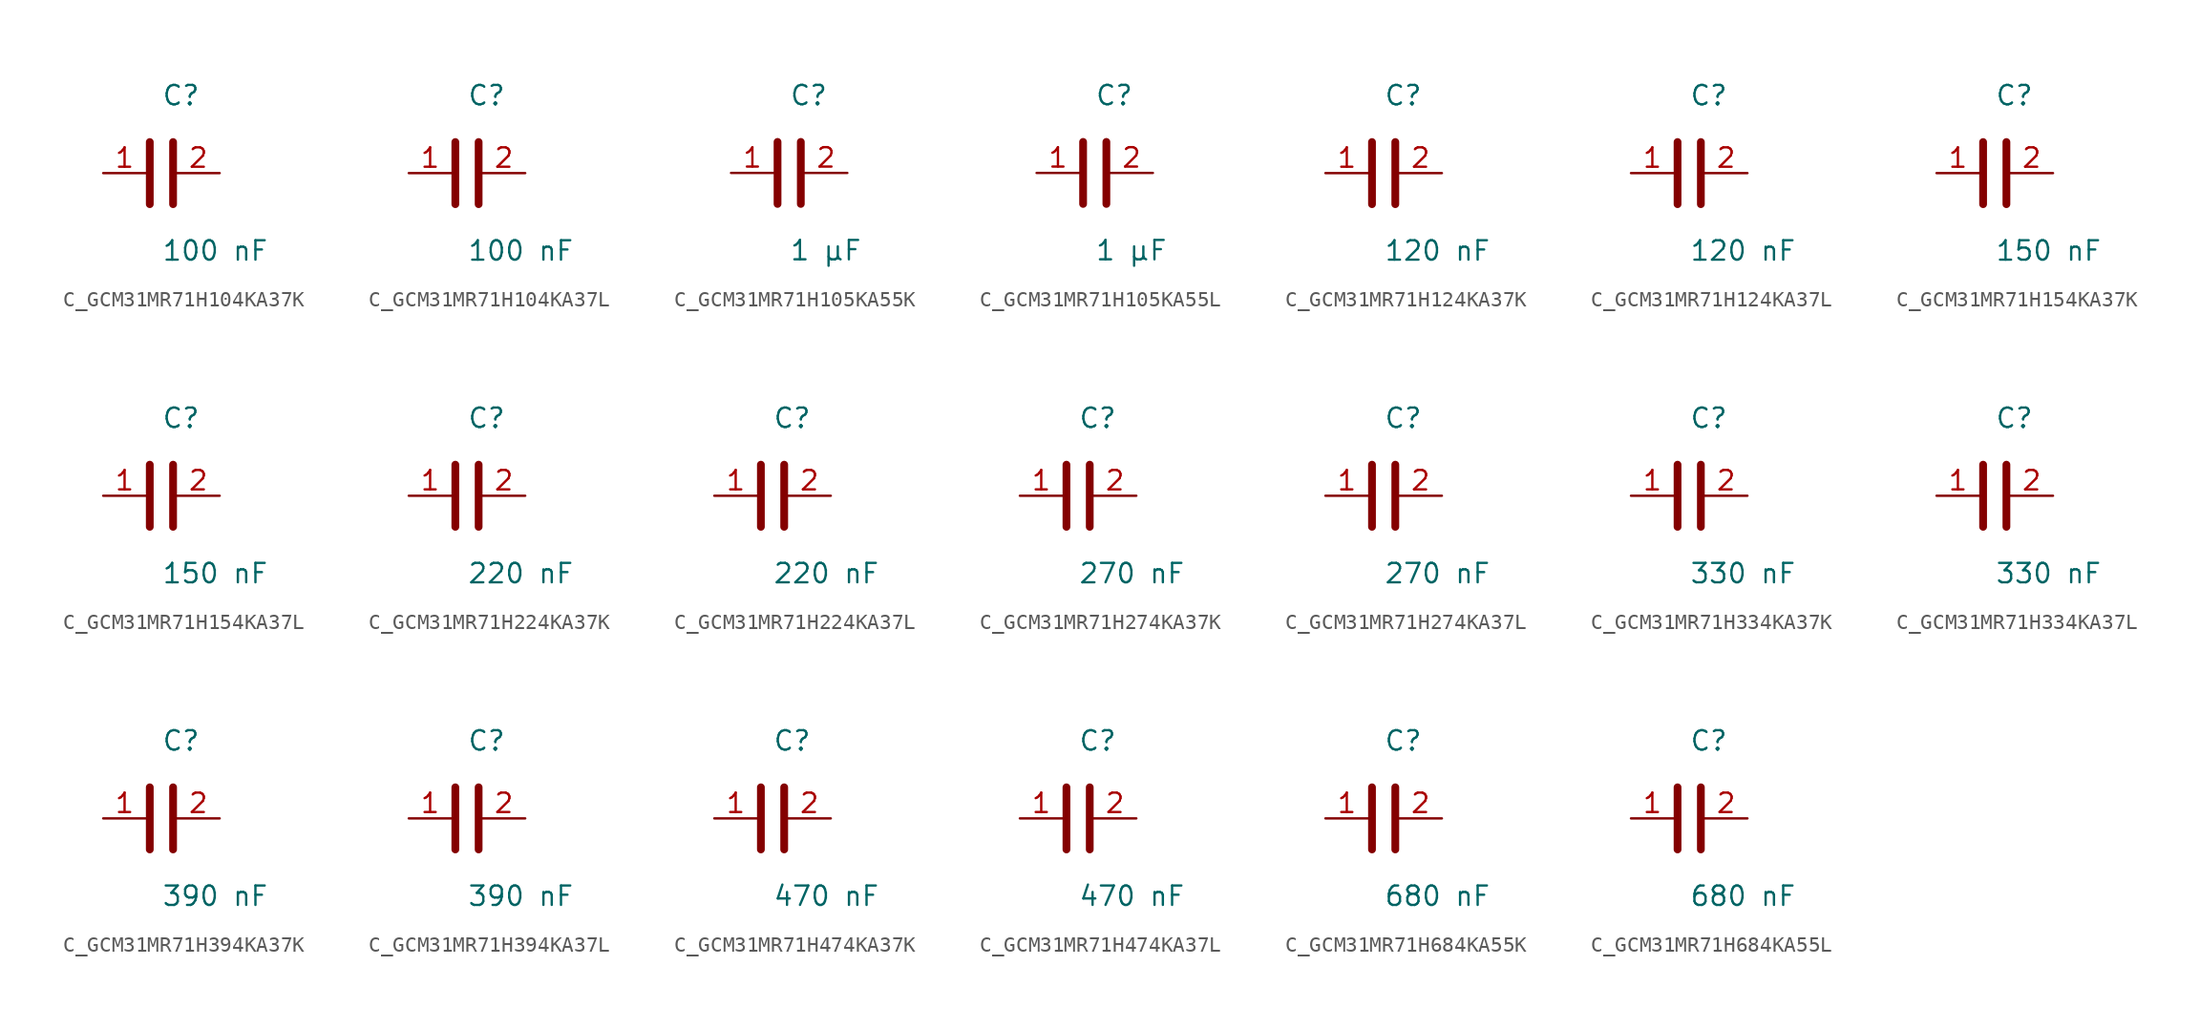
<source format=kicad_sym>
(kicad_symbol_lib
  (version 20231120)
  (generator kicad_symbol_editor)
  (generator_version 8.0)
  (symbol "C_GCM31MR71H104KA37K"
    (pin_names
      (offset 0.254))
    (property "Value" "100 nF"
      (at 0 -5.08 0)
      (effects (font (size 1.27 1.27)) (justify left)))
    (property "Reference" "C"
      (at 0 5.08 0)
      (effects (font (size 1.27 1.27)) (justify left)))
    (symbol "C_GCM31MR71H104KA37K_0_1"
      (polyline (pts (xy -0.762 -2.032) (xy -0.762 2.032)) (stroke (width 0.508) (type default)) (fill (type none)))
      (polyline (pts (xy 0.762 -2.032) (xy 0.762 2.032)) (stroke (width 0.508) (type default)) (fill (type none))))
    (pin unspecified line
      (at -3.81 0 0)
      (length 2.8)
      (name "" (effects (font (size 1.27 1.27))))
      (number "1" (effects (font (size 1.27 1.27)))))
    (pin unspecified line
      (at 3.81 0 180)
      (length 2.8)
      (name "" (effects (font (size 1.27 1.27))))
      (number "2" (effects (font (size 1.27 1.27))))))
  (symbol "C_GCM31MR71H104KA37L"
    (pin_names
      (offset 0.254))
    (property "Value" "100 nF"
      (at 0 -5.08 0)
      (effects (font (size 1.27 1.27)) (justify left)))
    (property "Reference" "C"
      (at 0 5.08 0)
      (effects (font (size 1.27 1.27)) (justify left)))
    (symbol "C_GCM31MR71H104KA37L_0_1"
      (polyline (pts (xy -0.762 -2.032) (xy -0.762 2.032)) (stroke (width 0.508) (type default)) (fill (type none)))
      (polyline (pts (xy 0.762 -2.032) (xy 0.762 2.032)) (stroke (width 0.508) (type default)) (fill (type none))))
    (pin unspecified line
      (at -3.81 0 0)
      (length 2.8)
      (name "" (effects (font (size 1.27 1.27))))
      (number "1" (effects (font (size 1.27 1.27)))))
    (pin unspecified line
      (at 3.81 0 180)
      (length 2.8)
      (name "" (effects (font (size 1.27 1.27))))
      (number "2" (effects (font (size 1.27 1.27))))))
  (symbol "C_GCM31MR71H105KA55K"
    (pin_names
      (offset 0.254))
    (property "Value" "1 µF"
      (at 0 -5.08 0)
      (effects (font (size 1.27 1.27)) (justify left)))
    (property "Reference" "C"
      (at 0 5.08 0)
      (effects (font (size 1.27 1.27)) (justify left)))
    (symbol "C_GCM31MR71H105KA55K_0_1"
      (polyline (pts (xy -0.762 -2.032) (xy -0.762 2.032)) (stroke (width 0.508) (type default)) (fill (type none)))
      (polyline (pts (xy 0.762 -2.032) (xy 0.762 2.032)) (stroke (width 0.508) (type default)) (fill (type none))))
    (pin unspecified line
      (at -3.81 0 0)
      (length 2.8)
      (name "" (effects (font (size 1.27 1.27))))
      (number "1" (effects (font (size 1.27 1.27)))))
    (pin unspecified line
      (at 3.81 0 180)
      (length 2.8)
      (name "" (effects (font (size 1.27 1.27))))
      (number "2" (effects (font (size 1.27 1.27))))))
  (symbol "C_GCM31MR71H105KA55L"
    (pin_names
      (offset 0.254))
    (property "Value" "1 µF"
      (at 0 -5.08 0)
      (effects (font (size 1.27 1.27)) (justify left)))
    (property "Reference" "C"
      (at 0 5.08 0)
      (effects (font (size 1.27 1.27)) (justify left)))
    (symbol "C_GCM31MR71H105KA55L_0_1"
      (polyline (pts (xy -0.762 -2.032) (xy -0.762 2.032)) (stroke (width 0.508) (type default)) (fill (type none)))
      (polyline (pts (xy 0.762 -2.032) (xy 0.762 2.032)) (stroke (width 0.508) (type default)) (fill (type none))))
    (pin unspecified line
      (at -3.81 0 0)
      (length 2.8)
      (name "" (effects (font (size 1.27 1.27))))
      (number "1" (effects (font (size 1.27 1.27)))))
    (pin unspecified line
      (at 3.81 0 180)
      (length 2.8)
      (name "" (effects (font (size 1.27 1.27))))
      (number "2" (effects (font (size 1.27 1.27))))))
  (symbol "C_GCM31MR71H124KA37K"
    (pin_names
      (offset 0.254))
    (property "Value" "120 nF"
      (at 0 -5.08 0)
      (effects (font (size 1.27 1.27)) (justify left)))
    (property "Reference" "C"
      (at 0 5.08 0)
      (effects (font (size 1.27 1.27)) (justify left)))
    (symbol "C_GCM31MR71H124KA37K_0_1"
      (polyline (pts (xy -0.762 -2.032) (xy -0.762 2.032)) (stroke (width 0.508) (type default)) (fill (type none)))
      (polyline (pts (xy 0.762 -2.032) (xy 0.762 2.032)) (stroke (width 0.508) (type default)) (fill (type none))))
    (pin unspecified line
      (at -3.81 0 0)
      (length 2.8)
      (name "" (effects (font (size 1.27 1.27))))
      (number "1" (effects (font (size 1.27 1.27)))))
    (pin unspecified line
      (at 3.81 0 180)
      (length 2.8)
      (name "" (effects (font (size 1.27 1.27))))
      (number "2" (effects (font (size 1.27 1.27))))))
  (symbol "C_GCM31MR71H124KA37L"
    (pin_names
      (offset 0.254))
    (property "Value" "120 nF"
      (at 0 -5.08 0)
      (effects (font (size 1.27 1.27)) (justify left)))
    (property "Reference" "C"
      (at 0 5.08 0)
      (effects (font (size 1.27 1.27)) (justify left)))
    (symbol "C_GCM31MR71H124KA37L_0_1"
      (polyline (pts (xy -0.762 -2.032) (xy -0.762 2.032)) (stroke (width 0.508) (type default)) (fill (type none)))
      (polyline (pts (xy 0.762 -2.032) (xy 0.762 2.032)) (stroke (width 0.508) (type default)) (fill (type none))))
    (pin unspecified line
      (at -3.81 0 0)
      (length 2.8)
      (name "" (effects (font (size 1.27 1.27))))
      (number "1" (effects (font (size 1.27 1.27)))))
    (pin unspecified line
      (at 3.81 0 180)
      (length 2.8)
      (name "" (effects (font (size 1.27 1.27))))
      (number "2" (effects (font (size 1.27 1.27))))))
  (symbol "C_GCM31MR71H154KA37K"
    (pin_names
      (offset 0.254))
    (property "Value" "150 nF"
      (at 0 -5.08 0)
      (effects (font (size 1.27 1.27)) (justify left)))
    (property "Reference" "C"
      (at 0 5.08 0)
      (effects (font (size 1.27 1.27)) (justify left)))
    (symbol "C_GCM31MR71H154KA37K_0_1"
      (polyline (pts (xy -0.762 -2.032) (xy -0.762 2.032)) (stroke (width 0.508) (type default)) (fill (type none)))
      (polyline (pts (xy 0.762 -2.032) (xy 0.762 2.032)) (stroke (width 0.508) (type default)) (fill (type none))))
    (pin unspecified line
      (at -3.81 0 0)
      (length 2.8)
      (name "" (effects (font (size 1.27 1.27))))
      (number "1" (effects (font (size 1.27 1.27)))))
    (pin unspecified line
      (at 3.81 0 180)
      (length 2.8)
      (name "" (effects (font (size 1.27 1.27))))
      (number "2" (effects (font (size 1.27 1.27))))))
  (symbol "C_GCM31MR71H154KA37L"
    (pin_names
      (offset 0.254))
    (property "Value" "150 nF"
      (at 0 -5.08 0)
      (effects (font (size 1.27 1.27)) (justify left)))
    (property "Reference" "C"
      (at 0 5.08 0)
      (effects (font (size 1.27 1.27)) (justify left)))
    (symbol "C_GCM31MR71H154KA37L_0_1"
      (polyline (pts (xy -0.762 -2.032) (xy -0.762 2.032)) (stroke (width 0.508) (type default)) (fill (type none)))
      (polyline (pts (xy 0.762 -2.032) (xy 0.762 2.032)) (stroke (width 0.508) (type default)) (fill (type none))))
    (pin unspecified line
      (at -3.81 0 0)
      (length 2.8)
      (name "" (effects (font (size 1.27 1.27))))
      (number "1" (effects (font (size 1.27 1.27)))))
    (pin unspecified line
      (at 3.81 0 180)
      (length 2.8)
      (name "" (effects (font (size 1.27 1.27))))
      (number "2" (effects (font (size 1.27 1.27))))))
  (symbol "C_GCM31MR71H224KA37K"
    (pin_names
      (offset 0.254))
    (property "Value" "220 nF"
      (at 0 -5.08 0)
      (effects (font (size 1.27 1.27)) (justify left)))
    (property "Reference" "C"
      (at 0 5.08 0)
      (effects (font (size 1.27 1.27)) (justify left)))
    (symbol "C_GCM31MR71H224KA37K_0_1"
      (polyline (pts (xy -0.762 -2.032) (xy -0.762 2.032)) (stroke (width 0.508) (type default)) (fill (type none)))
      (polyline (pts (xy 0.762 -2.032) (xy 0.762 2.032)) (stroke (width 0.508) (type default)) (fill (type none))))
    (pin unspecified line
      (at -3.81 0 0)
      (length 2.8)
      (name "" (effects (font (size 1.27 1.27))))
      (number "1" (effects (font (size 1.27 1.27)))))
    (pin unspecified line
      (at 3.81 0 180)
      (length 2.8)
      (name "" (effects (font (size 1.27 1.27))))
      (number "2" (effects (font (size 1.27 1.27))))))
  (symbol "C_GCM31MR71H224KA37L"
    (pin_names
      (offset 0.254))
    (property "Value" "220 nF"
      (at 0 -5.08 0)
      (effects (font (size 1.27 1.27)) (justify left)))
    (property "Reference" "C"
      (at 0 5.08 0)
      (effects (font (size 1.27 1.27)) (justify left)))
    (symbol "C_GCM31MR71H224KA37L_0_1"
      (polyline (pts (xy -0.762 -2.032) (xy -0.762 2.032)) (stroke (width 0.508) (type default)) (fill (type none)))
      (polyline (pts (xy 0.762 -2.032) (xy 0.762 2.032)) (stroke (width 0.508) (type default)) (fill (type none))))
    (pin unspecified line
      (at -3.81 0 0)
      (length 2.8)
      (name "" (effects (font (size 1.27 1.27))))
      (number "1" (effects (font (size 1.27 1.27)))))
    (pin unspecified line
      (at 3.81 0 180)
      (length 2.8)
      (name "" (effects (font (size 1.27 1.27))))
      (number "2" (effects (font (size 1.27 1.27))))))
  (symbol "C_GCM31MR71H274KA37K"
    (pin_names
      (offset 0.254))
    (property "Value" "270 nF"
      (at 0 -5.08 0)
      (effects (font (size 1.27 1.27)) (justify left)))
    (property "Reference" "C"
      (at 0 5.08 0)
      (effects (font (size 1.27 1.27)) (justify left)))
    (symbol "C_GCM31MR71H274KA37K_0_1"
      (polyline (pts (xy -0.762 -2.032) (xy -0.762 2.032)) (stroke (width 0.508) (type default)) (fill (type none)))
      (polyline (pts (xy 0.762 -2.032) (xy 0.762 2.032)) (stroke (width 0.508) (type default)) (fill (type none))))
    (pin unspecified line
      (at -3.81 0 0)
      (length 2.8)
      (name "" (effects (font (size 1.27 1.27))))
      (number "1" (effects (font (size 1.27 1.27)))))
    (pin unspecified line
      (at 3.81 0 180)
      (length 2.8)
      (name "" (effects (font (size 1.27 1.27))))
      (number "2" (effects (font (size 1.27 1.27))))))
  (symbol "C_GCM31MR71H274KA37L"
    (pin_names
      (offset 0.254))
    (property "Value" "270 nF"
      (at 0 -5.08 0)
      (effects (font (size 1.27 1.27)) (justify left)))
    (property "Reference" "C"
      (at 0 5.08 0)
      (effects (font (size 1.27 1.27)) (justify left)))
    (symbol "C_GCM31MR71H274KA37L_0_1"
      (polyline (pts (xy -0.762 -2.032) (xy -0.762 2.032)) (stroke (width 0.508) (type default)) (fill (type none)))
      (polyline (pts (xy 0.762 -2.032) (xy 0.762 2.032)) (stroke (width 0.508) (type default)) (fill (type none))))
    (pin unspecified line
      (at -3.81 0 0)
      (length 2.8)
      (name "" (effects (font (size 1.27 1.27))))
      (number "1" (effects (font (size 1.27 1.27)))))
    (pin unspecified line
      (at 3.81 0 180)
      (length 2.8)
      (name "" (effects (font (size 1.27 1.27))))
      (number "2" (effects (font (size 1.27 1.27))))))
  (symbol "C_GCM31MR71H334KA37K"
    (pin_names
      (offset 0.254))
    (property "Value" "330 nF"
      (at 0 -5.08 0)
      (effects (font (size 1.27 1.27)) (justify left)))
    (property "Reference" "C"
      (at 0 5.08 0)
      (effects (font (size 1.27 1.27)) (justify left)))
    (symbol "C_GCM31MR71H334KA37K_0_1"
      (polyline (pts (xy -0.762 -2.032) (xy -0.762 2.032)) (stroke (width 0.508) (type default)) (fill (type none)))
      (polyline (pts (xy 0.762 -2.032) (xy 0.762 2.032)) (stroke (width 0.508) (type default)) (fill (type none))))
    (pin unspecified line
      (at -3.81 0 0)
      (length 2.8)
      (name "" (effects (font (size 1.27 1.27))))
      (number "1" (effects (font (size 1.27 1.27)))))
    (pin unspecified line
      (at 3.81 0 180)
      (length 2.8)
      (name "" (effects (font (size 1.27 1.27))))
      (number "2" (effects (font (size 1.27 1.27))))))
  (symbol "C_GCM31MR71H334KA37L"
    (pin_names
      (offset 0.254))
    (property "Value" "330 nF"
      (at 0 -5.08 0)
      (effects (font (size 1.27 1.27)) (justify left)))
    (property "Reference" "C"
      (at 0 5.08 0)
      (effects (font (size 1.27 1.27)) (justify left)))
    (symbol "C_GCM31MR71H334KA37L_0_1"
      (polyline (pts (xy -0.762 -2.032) (xy -0.762 2.032)) (stroke (width 0.508) (type default)) (fill (type none)))
      (polyline (pts (xy 0.762 -2.032) (xy 0.762 2.032)) (stroke (width 0.508) (type default)) (fill (type none))))
    (pin unspecified line
      (at -3.81 0 0)
      (length 2.8)
      (name "" (effects (font (size 1.27 1.27))))
      (number "1" (effects (font (size 1.27 1.27)))))
    (pin unspecified line
      (at 3.81 0 180)
      (length 2.8)
      (name "" (effects (font (size 1.27 1.27))))
      (number "2" (effects (font (size 1.27 1.27))))))
  (symbol "C_GCM31MR71H394KA37K"
    (pin_names
      (offset 0.254))
    (property "Value" "390 nF"
      (at 0 -5.08 0)
      (effects (font (size 1.27 1.27)) (justify left)))
    (property "Reference" "C"
      (at 0 5.08 0)
      (effects (font (size 1.27 1.27)) (justify left)))
    (symbol "C_GCM31MR71H394KA37K_0_1"
      (polyline (pts (xy -0.762 -2.032) (xy -0.762 2.032)) (stroke (width 0.508) (type default)) (fill (type none)))
      (polyline (pts (xy 0.762 -2.032) (xy 0.762 2.032)) (stroke (width 0.508) (type default)) (fill (type none))))
    (pin unspecified line
      (at -3.81 0 0)
      (length 2.8)
      (name "" (effects (font (size 1.27 1.27))))
      (number "1" (effects (font (size 1.27 1.27)))))
    (pin unspecified line
      (at 3.81 0 180)
      (length 2.8)
      (name "" (effects (font (size 1.27 1.27))))
      (number "2" (effects (font (size 1.27 1.27))))))
  (symbol "C_GCM31MR71H394KA37L"
    (pin_names
      (offset 0.254))
    (property "Value" "390 nF"
      (at 0 -5.08 0)
      (effects (font (size 1.27 1.27)) (justify left)))
    (property "Reference" "C"
      (at 0 5.08 0)
      (effects (font (size 1.27 1.27)) (justify left)))
    (symbol "C_GCM31MR71H394KA37L_0_1"
      (polyline (pts (xy -0.762 -2.032) (xy -0.762 2.032)) (stroke (width 0.508) (type default)) (fill (type none)))
      (polyline (pts (xy 0.762 -2.032) (xy 0.762 2.032)) (stroke (width 0.508) (type default)) (fill (type none))))
    (pin unspecified line
      (at -3.81 0 0)
      (length 2.8)
      (name "" (effects (font (size 1.27 1.27))))
      (number "1" (effects (font (size 1.27 1.27)))))
    (pin unspecified line
      (at 3.81 0 180)
      (length 2.8)
      (name "" (effects (font (size 1.27 1.27))))
      (number "2" (effects (font (size 1.27 1.27))))))
  (symbol "C_GCM31MR71H474KA37K"
    (pin_names
      (offset 0.254))
    (property "Value" "470 nF"
      (at 0 -5.08 0)
      (effects (font (size 1.27 1.27)) (justify left)))
    (property "Reference" "C"
      (at 0 5.08 0)
      (effects (font (size 1.27 1.27)) (justify left)))
    (symbol "C_GCM31MR71H474KA37K_0_1"
      (polyline (pts (xy -0.762 -2.032) (xy -0.762 2.032)) (stroke (width 0.508) (type default)) (fill (type none)))
      (polyline (pts (xy 0.762 -2.032) (xy 0.762 2.032)) (stroke (width 0.508) (type default)) (fill (type none))))
    (pin unspecified line
      (at -3.81 0 0)
      (length 2.8)
      (name "" (effects (font (size 1.27 1.27))))
      (number "1" (effects (font (size 1.27 1.27)))))
    (pin unspecified line
      (at 3.81 0 180)
      (length 2.8)
      (name "" (effects (font (size 1.27 1.27))))
      (number "2" (effects (font (size 1.27 1.27))))))
  (symbol "C_GCM31MR71H474KA37L"
    (pin_names
      (offset 0.254))
    (property "Value" "470 nF"
      (at 0 -5.08 0)
      (effects (font (size 1.27 1.27)) (justify left)))
    (property "Reference" "C"
      (at 0 5.08 0)
      (effects (font (size 1.27 1.27)) (justify left)))
    (symbol "C_GCM31MR71H474KA37L_0_1"
      (polyline (pts (xy -0.762 -2.032) (xy -0.762 2.032)) (stroke (width 0.508) (type default)) (fill (type none)))
      (polyline (pts (xy 0.762 -2.032) (xy 0.762 2.032)) (stroke (width 0.508) (type default)) (fill (type none))))
    (pin unspecified line
      (at -3.81 0 0)
      (length 2.8)
      (name "" (effects (font (size 1.27 1.27))))
      (number "1" (effects (font (size 1.27 1.27)))))
    (pin unspecified line
      (at 3.81 0 180)
      (length 2.8)
      (name "" (effects (font (size 1.27 1.27))))
      (number "2" (effects (font (size 1.27 1.27))))))
  (symbol "C_GCM31MR71H684KA55K"
    (pin_names
      (offset 0.254))
    (property "Value" "680 nF"
      (at 0 -5.08 0)
      (effects (font (size 1.27 1.27)) (justify left)))
    (property "Reference" "C"
      (at 0 5.08 0)
      (effects (font (size 1.27 1.27)) (justify left)))
    (symbol "C_GCM31MR71H684KA55K_0_1"
      (polyline (pts (xy -0.762 -2.032) (xy -0.762 2.032)) (stroke (width 0.508) (type default)) (fill (type none)))
      (polyline (pts (xy 0.762 -2.032) (xy 0.762 2.032)) (stroke (width 0.508) (type default)) (fill (type none))))
    (pin unspecified line
      (at -3.81 0 0)
      (length 2.8)
      (name "" (effects (font (size 1.27 1.27))))
      (number "1" (effects (font (size 1.27 1.27)))))
    (pin unspecified line
      (at 3.81 0 180)
      (length 2.8)
      (name "" (effects (font (size 1.27 1.27))))
      (number "2" (effects (font (size 1.27 1.27))))))
  (symbol "C_GCM31MR71H684KA55L"
    (pin_names
      (offset 0.254))
    (property "Value" "680 nF"
      (at 0 -5.08 0)
      (effects (font (size 1.27 1.27)) (justify left)))
    (property "Reference" "C"
      (at 0 5.08 0)
      (effects (font (size 1.27 1.27)) (justify left)))
    (symbol "C_GCM31MR71H684KA55L_0_1"
      (polyline (pts (xy -0.762 -2.032) (xy -0.762 2.032)) (stroke (width 0.508) (type default)) (fill (type none)))
      (polyline (pts (xy 0.762 -2.032) (xy 0.762 2.032)) (stroke (width 0.508) (type default)) (fill (type none))))
    (pin unspecified line
      (at -3.81 0 0)
      (length 2.8)
      (name "" (effects (font (size 1.27 1.27))))
      (number "1" (effects (font (size 1.27 1.27)))))
    (pin unspecified line
      (at 3.81 0 180)
      (length 2.8)
      (name "" (effects (font (size 1.27 1.27))))
      (number "2" (effects (font (size 1.27 1.27)))))))
</source>
